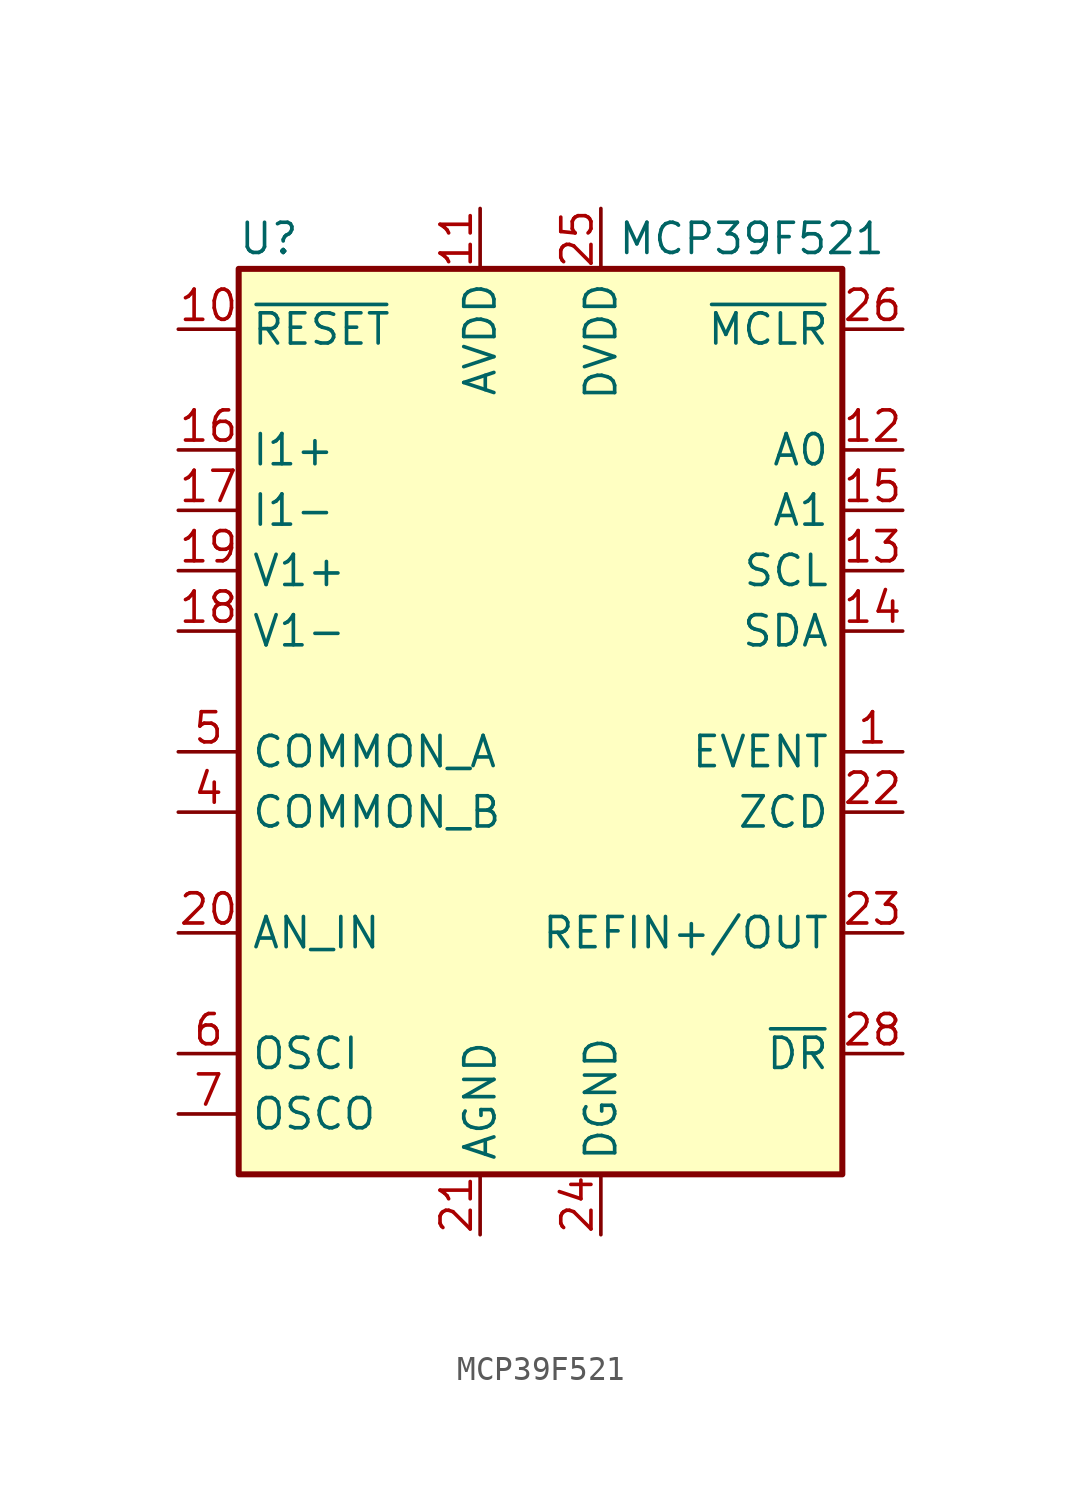
<source format=kicad_sym>
(kicad_symbol_lib
  (version 20211014)
  (generator kicad_symbol_editor)
  (symbol "MCP39F521"
    (property "Reference" "U"
      (at -11.43 19.05 0)
      (effects (font (size 1.27 1.27))))
    (property "Value" "MCP39F521"
      (at 8.89 19.05 0)
      (effects (font (size 1.27 1.27))))
    (symbol "MCP39F521_0_1"
      (rectangle (start -12.7 17.78) (end 12.7 -20.32) (stroke (width 0.254) (type default) (color 0 0 0 0)) (fill (type background))))
    (symbol "MCP39F521_1_1"
      (pin output line (at 15.24 -2.54 180) (length 2.54) (name "EVENT" (effects (font (size 1.27 1.27)))) (number "1" (effects (font (size 1.27 1.27)))))
      (pin input line (at -15.24 15.24 0) (length 2.54) (name "~{RESET}" (effects (font (size 1.27 1.27)))) (number "10" (effects (font (size 1.27 1.27)))))
      (pin power_in line (at -2.54 20.32 270) (length 2.54) (name "AVDD" (effects (font (size 1.27 1.27)))) (number "11" (effects (font (size 1.27 1.27)))))
      (pin input line (at 15.24 10.16 180) (length 2.54) (name "A0" (effects (font (size 1.27 1.27)))) (number "12" (effects (font (size 1.27 1.27)))))
      (pin input line (at 15.24 5.08 180) (length 2.54) (name "SCL" (effects (font (size 1.27 1.27)))) (number "13" (effects (font (size 1.27 1.27)))))
      (pin bidirectional line (at 15.24 2.54 180) (length 2.54) (name "SDA" (effects (font (size 1.27 1.27)))) (number "14" (effects (font (size 1.27 1.27)))))
      (pin input line (at 15.24 7.62 180) (length 2.54) (name "A1" (effects (font (size 1.27 1.27)))) (number "15" (effects (font (size 1.27 1.27)))))
      (pin input line (at -15.24 10.16 0) (length 2.54) (name "I1+" (effects (font (size 1.27 1.27)))) (number "16" (effects (font (size 1.27 1.27)))))
      (pin input line (at -15.24 7.62 0) (length 2.54) (name "I1-" (effects (font (size 1.27 1.27)))) (number "17" (effects (font (size 1.27 1.27)))))
      (pin input line (at -15.24 2.54 0) (length 2.54) (name "V1-" (effects (font (size 1.27 1.27)))) (number "18" (effects (font (size 1.27 1.27)))))
      (pin input line (at -15.24 5.08 0) (length 2.54) (name "V1+" (effects (font (size 1.27 1.27)))) (number "19" (effects (font (size 1.27 1.27)))))
      (pin no_connect line (at -12.7 12.7 0) (length 2.54) hide (name "NC" (effects (font (size 1.27 1.27)))) (number "2" (effects (font (size 1.27 1.27)))))
      (pin input line (at -15.24 -10.16 0) (length 2.54) (name "AN_IN" (effects (font (size 1.27 1.27)))) (number "20" (effects (font (size 1.27 1.27)))))
      (pin power_in line (at -2.54 -22.86 90) (length 2.54) (name "AGND" (effects (font (size 1.27 1.27)))) (number "21" (effects (font (size 1.27 1.27)))))
      (pin output line (at 15.24 -5.08 180) (length 2.54) (name "ZCD" (effects (font (size 1.27 1.27)))) (number "22" (effects (font (size 1.27 1.27)))))
      (pin bidirectional line (at 15.24 -10.16 180) (length 2.54) (name "REFIN+/OUT" (effects (font (size 1.27 1.27)))) (number "23" (effects (font (size 1.27 1.27)))))
      (pin power_in line (at 2.54 -22.86 90) (length 2.54) (name "DGND" (effects (font (size 1.27 1.27)))) (number "24" (effects (font (size 1.27 1.27)))))
      (pin power_in line (at 2.54 20.32 270) (length 2.54) (name "DVDD" (effects (font (size 1.27 1.27)))) (number "25" (effects (font (size 1.27 1.27)))))
      (pin input line (at 15.24 15.24 180) (length 2.54) (name "~{MCLR}" (effects (font (size 1.27 1.27)))) (number "26" (effects (font (size 1.27 1.27)))))
      (pin passive line (at 2.54 -22.86 90) (length 2.54) hide (name "DGND" (effects (font (size 1.27 1.27)))) (number "27" (effects (font (size 1.27 1.27)))))
      (pin output line (at 15.24 -15.24 180) (length 2.54) (name "~{DR}" (effects (font (size 1.27 1.27)))) (number "28" (effects (font (size 1.27 1.27)))))
      (pin passive line (at 2.54 -22.86 90) (length 2.54) hide (name "DGND" (effects (font (size 1.27 1.27)))) (number "29" (effects (font (size 1.27 1.27)))))
      (pin no_connect line (at -12.7 0 0) (length 2.54) hide (name "NC" (effects (font (size 1.27 1.27)))) (number "3" (effects (font (size 1.27 1.27)))))
      (pin passive line (at -15.24 -5.08 0) (length 2.54) (name "COMMON_B" (effects (font (size 1.27 1.27)))) (number "4" (effects (font (size 1.27 1.27)))))
      (pin passive line (at -15.24 -2.54 0) (length 2.54) (name "COMMON_A" (effects (font (size 1.27 1.27)))) (number "5" (effects (font (size 1.27 1.27)))))
      (pin input line (at -15.24 -15.24 0) (length 2.54) (name "OSCI" (effects (font (size 1.27 1.27)))) (number "6" (effects (font (size 1.27 1.27)))))
      (pin passive line (at -15.24 -17.78 0) (length 2.54) (name "OSCO" (effects (font (size 1.27 1.27)))) (number "7" (effects (font (size 1.27 1.27)))))
      (pin no_connect line (at 12.7 12.7 180) (length 2.54) hide (name "NC" (effects (font (size 1.27 1.27)))) (number "8" (effects (font (size 1.27 1.27)))))
      (pin no_connect line (at 12.7 0 180) (length 2.54) hide (name "NC" (effects (font (size 1.27 1.27)))) (number "9" (effects (font (size 1.27 1.27))))))))
</source>
